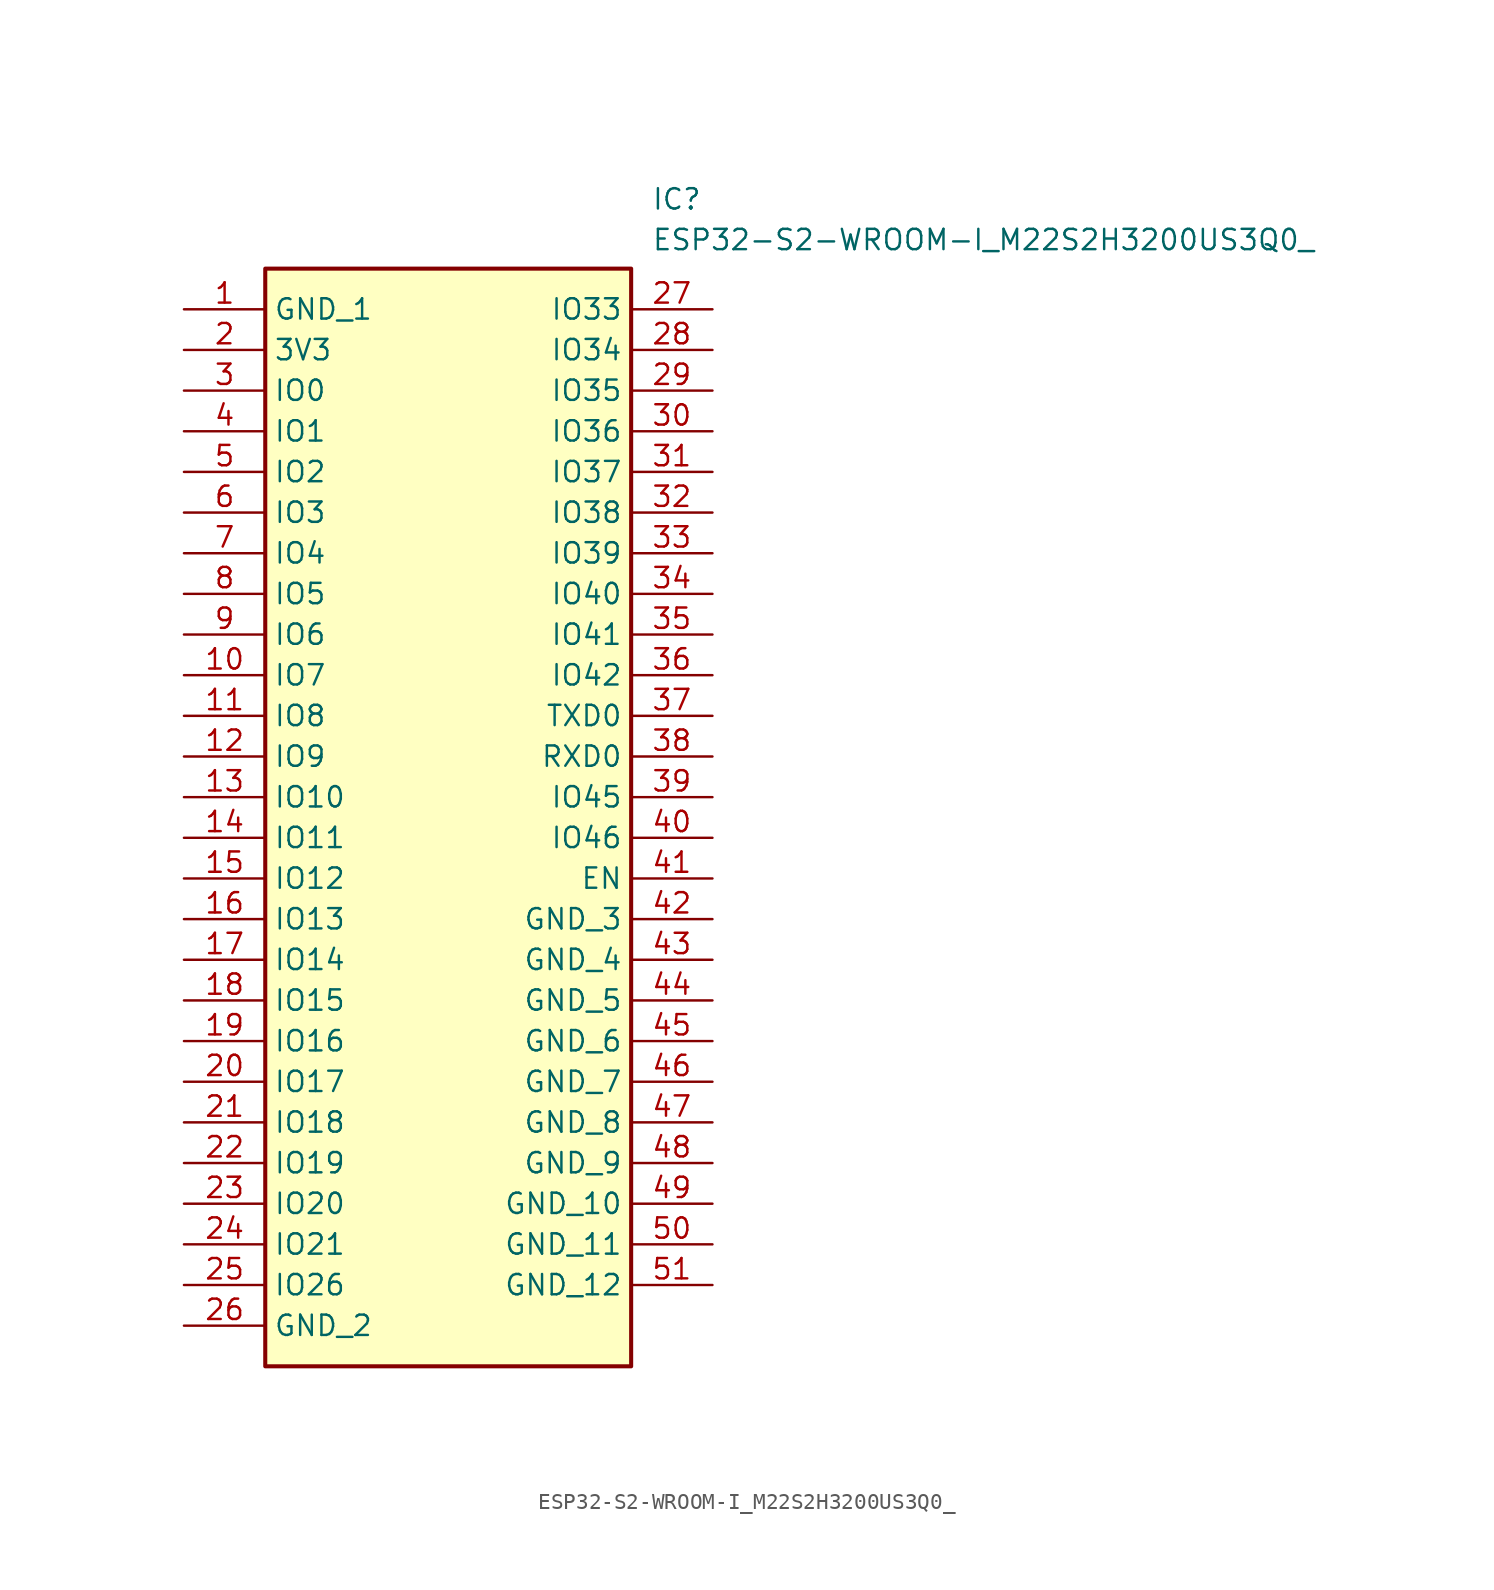
<source format=kicad_sym>
(kicad_symbol_lib
  (version 20211014)
  (generator SamacSys_ECAD_Model)
  (symbol "ESP32-S2-WROOM-I_M22S2H3200US3Q0_"
    (property "Reference" "IC"
      (at 29.21 7.62 0)
      (effects (font (size 1.27 1.27)) (justify left top)))
    (property "Value" "ESP32-S2-WROOM-I_M22S2H3200US3Q0_"
      (at 29.21 5.08 0)
      (effects (font (size 1.27 1.27)) (justify left top)))
    (rectangle
      (start 5.08 2.54)
      (end 27.94 -66.04)
      (stroke (width 0.254) (type default))
      (fill (type background)))
    (pin passive line
      (at 0 0 0)
      (length 5.08)
      (name "GND_1" (effects (font (size 1.27 1.27))))
      (number "1" (effects (font (size 1.27 1.27)))))
    (pin passive line
      (at 0 -2.54 0)
      (length 5.08)
      (name "3V3" (effects (font (size 1.27 1.27))))
      (number "2" (effects (font (size 1.27 1.27)))))
    (pin passive line
      (at 0 -5.08 0)
      (length 5.08)
      (name "IO0" (effects (font (size 1.27 1.27))))
      (number "3" (effects (font (size 1.27 1.27)))))
    (pin passive line
      (at 0 -7.62 0)
      (length 5.08)
      (name "IO1" (effects (font (size 1.27 1.27))))
      (number "4" (effects (font (size 1.27 1.27)))))
    (pin passive line
      (at 0 -10.16 0)
      (length 5.08)
      (name "IO2" (effects (font (size 1.27 1.27))))
      (number "5" (effects (font (size 1.27 1.27)))))
    (pin passive line
      (at 0 -12.7 0)
      (length 5.08)
      (name "IO3" (effects (font (size 1.27 1.27))))
      (number "6" (effects (font (size 1.27 1.27)))))
    (pin passive line
      (at 0 -15.24 0)
      (length 5.08)
      (name "IO4" (effects (font (size 1.27 1.27))))
      (number "7" (effects (font (size 1.27 1.27)))))
    (pin passive line
      (at 0 -17.78 0)
      (length 5.08)
      (name "IO5" (effects (font (size 1.27 1.27))))
      (number "8" (effects (font (size 1.27 1.27)))))
    (pin passive line
      (at 0 -20.32 0)
      (length 5.08)
      (name "IO6" (effects (font (size 1.27 1.27))))
      (number "9" (effects (font (size 1.27 1.27)))))
    (pin passive line
      (at 0 -22.86 0)
      (length 5.08)
      (name "IO7" (effects (font (size 1.27 1.27))))
      (number "10" (effects (font (size 1.27 1.27)))))
    (pin passive line
      (at 0 -25.4 0)
      (length 5.08)
      (name "IO8" (effects (font (size 1.27 1.27))))
      (number "11" (effects (font (size 1.27 1.27)))))
    (pin passive line
      (at 0 -27.94 0)
      (length 5.08)
      (name "IO9" (effects (font (size 1.27 1.27))))
      (number "12" (effects (font (size 1.27 1.27)))))
    (pin passive line
      (at 0 -30.48 0)
      (length 5.08)
      (name "IO10" (effects (font (size 1.27 1.27))))
      (number "13" (effects (font (size 1.27 1.27)))))
    (pin passive line
      (at 0 -33.02 0)
      (length 5.08)
      (name "IO11" (effects (font (size 1.27 1.27))))
      (number "14" (effects (font (size 1.27 1.27)))))
    (pin passive line
      (at 0 -35.56 0)
      (length 5.08)
      (name "IO12" (effects (font (size 1.27 1.27))))
      (number "15" (effects (font (size 1.27 1.27)))))
    (pin passive line
      (at 0 -38.1 0)
      (length 5.08)
      (name "IO13" (effects (font (size 1.27 1.27))))
      (number "16" (effects (font (size 1.27 1.27)))))
    (pin passive line
      (at 0 -40.64 0)
      (length 5.08)
      (name "IO14" (effects (font (size 1.27 1.27))))
      (number "17" (effects (font (size 1.27 1.27)))))
    (pin passive line
      (at 0 -43.18 0)
      (length 5.08)
      (name "IO15" (effects (font (size 1.27 1.27))))
      (number "18" (effects (font (size 1.27 1.27)))))
    (pin passive line
      (at 0 -45.72 0)
      (length 5.08)
      (name "IO16" (effects (font (size 1.27 1.27))))
      (number "19" (effects (font (size 1.27 1.27)))))
    (pin passive line
      (at 0 -48.26 0)
      (length 5.08)
      (name "IO17" (effects (font (size 1.27 1.27))))
      (number "20" (effects (font (size 1.27 1.27)))))
    (pin passive line
      (at 0 -50.8 0)
      (length 5.08)
      (name "IO18" (effects (font (size 1.27 1.27))))
      (number "21" (effects (font (size 1.27 1.27)))))
    (pin passive line
      (at 0 -53.34 0)
      (length 5.08)
      (name "IO19" (effects (font (size 1.27 1.27))))
      (number "22" (effects (font (size 1.27 1.27)))))
    (pin passive line
      (at 0 -55.88 0)
      (length 5.08)
      (name "IO20" (effects (font (size 1.27 1.27))))
      (number "23" (effects (font (size 1.27 1.27)))))
    (pin passive line
      (at 0 -58.42 0)
      (length 5.08)
      (name "IO21" (effects (font (size 1.27 1.27))))
      (number "24" (effects (font (size 1.27 1.27)))))
    (pin passive line
      (at 0 -60.96 0)
      (length 5.08)
      (name "IO26" (effects (font (size 1.27 1.27))))
      (number "25" (effects (font (size 1.27 1.27)))))
    (pin passive line
      (at 0 -63.5 0)
      (length 5.08)
      (name "GND_2" (effects (font (size 1.27 1.27))))
      (number "26" (effects (font (size 1.27 1.27)))))
    (pin passive line
      (at 33.02 0 180)
      (length 5.08)
      (name "IO33" (effects (font (size 1.27 1.27))))
      (number "27" (effects (font (size 1.27 1.27)))))
    (pin passive line
      (at 33.02 -2.54 180)
      (length 5.08)
      (name "IO34" (effects (font (size 1.27 1.27))))
      (number "28" (effects (font (size 1.27 1.27)))))
    (pin passive line
      (at 33.02 -5.08 180)
      (length 5.08)
      (name "IO35" (effects (font (size 1.27 1.27))))
      (number "29" (effects (font (size 1.27 1.27)))))
    (pin passive line
      (at 33.02 -7.62 180)
      (length 5.08)
      (name "IO36" (effects (font (size 1.27 1.27))))
      (number "30" (effects (font (size 1.27 1.27)))))
    (pin passive line
      (at 33.02 -10.16 180)
      (length 5.08)
      (name "IO37" (effects (font (size 1.27 1.27))))
      (number "31" (effects (font (size 1.27 1.27)))))
    (pin passive line
      (at 33.02 -12.7 180)
      (length 5.08)
      (name "IO38" (effects (font (size 1.27 1.27))))
      (number "32" (effects (font (size 1.27 1.27)))))
    (pin passive line
      (at 33.02 -15.24 180)
      (length 5.08)
      (name "IO39" (effects (font (size 1.27 1.27))))
      (number "33" (effects (font (size 1.27 1.27)))))
    (pin passive line
      (at 33.02 -17.78 180)
      (length 5.08)
      (name "IO40" (effects (font (size 1.27 1.27))))
      (number "34" (effects (font (size 1.27 1.27)))))
    (pin passive line
      (at 33.02 -20.32 180)
      (length 5.08)
      (name "IO41" (effects (font (size 1.27 1.27))))
      (number "35" (effects (font (size 1.27 1.27)))))
    (pin passive line
      (at 33.02 -22.86 180)
      (length 5.08)
      (name "IO42" (effects (font (size 1.27 1.27))))
      (number "36" (effects (font (size 1.27 1.27)))))
    (pin passive line
      (at 33.02 -25.4 180)
      (length 5.08)
      (name "TXD0" (effects (font (size 1.27 1.27))))
      (number "37" (effects (font (size 1.27 1.27)))))
    (pin passive line
      (at 33.02 -27.94 180)
      (length 5.08)
      (name "RXD0" (effects (font (size 1.27 1.27))))
      (number "38" (effects (font (size 1.27 1.27)))))
    (pin passive line
      (at 33.02 -30.48 180)
      (length 5.08)
      (name "IO45" (effects (font (size 1.27 1.27))))
      (number "39" (effects (font (size 1.27 1.27)))))
    (pin passive line
      (at 33.02 -33.02 180)
      (length 5.08)
      (name "IO46" (effects (font (size 1.27 1.27))))
      (number "40" (effects (font (size 1.27 1.27)))))
    (pin passive line
      (at 33.02 -35.56 180)
      (length 5.08)
      (name "EN" (effects (font (size 1.27 1.27))))
      (number "41" (effects (font (size 1.27 1.27)))))
    (pin passive line
      (at 33.02 -38.1 180)
      (length 5.08)
      (name "GND_3" (effects (font (size 1.27 1.27))))
      (number "42" (effects (font (size 1.27 1.27)))))
    (pin passive line
      (at 33.02 -40.64 180)
      (length 5.08)
      (name "GND_4" (effects (font (size 1.27 1.27))))
      (number "43" (effects (font (size 1.27 1.27)))))
    (pin passive line
      (at 33.02 -43.18 180)
      (length 5.08)
      (name "GND_5" (effects (font (size 1.27 1.27))))
      (number "44" (effects (font (size 1.27 1.27)))))
    (pin passive line
      (at 33.02 -45.72 180)
      (length 5.08)
      (name "GND_6" (effects (font (size 1.27 1.27))))
      (number "45" (effects (font (size 1.27 1.27)))))
    (pin passive line
      (at 33.02 -48.26 180)
      (length 5.08)
      (name "GND_7" (effects (font (size 1.27 1.27))))
      (number "46" (effects (font (size 1.27 1.27)))))
    (pin passive line
      (at 33.02 -50.8 180)
      (length 5.08)
      (name "GND_8" (effects (font (size 1.27 1.27))))
      (number "47" (effects (font (size 1.27 1.27)))))
    (pin passive line
      (at 33.02 -53.34 180)
      (length 5.08)
      (name "GND_9" (effects (font (size 1.27 1.27))))
      (number "48" (effects (font (size 1.27 1.27)))))
    (pin passive line
      (at 33.02 -55.88 180)
      (length 5.08)
      (name "GND_10" (effects (font (size 1.27 1.27))))
      (number "49" (effects (font (size 1.27 1.27)))))
    (pin passive line
      (at 33.02 -58.42 180)
      (length 5.08)
      (name "GND_11" (effects (font (size 1.27 1.27))))
      (number "50" (effects (font (size 1.27 1.27)))))
    (pin passive line
      (at 33.02 -60.96 180)
      (length 5.08)
      (name "GND_12" (effects (font (size 1.27 1.27))))
      (number "51" (effects (font (size 1.27 1.27)))))))
</source>
